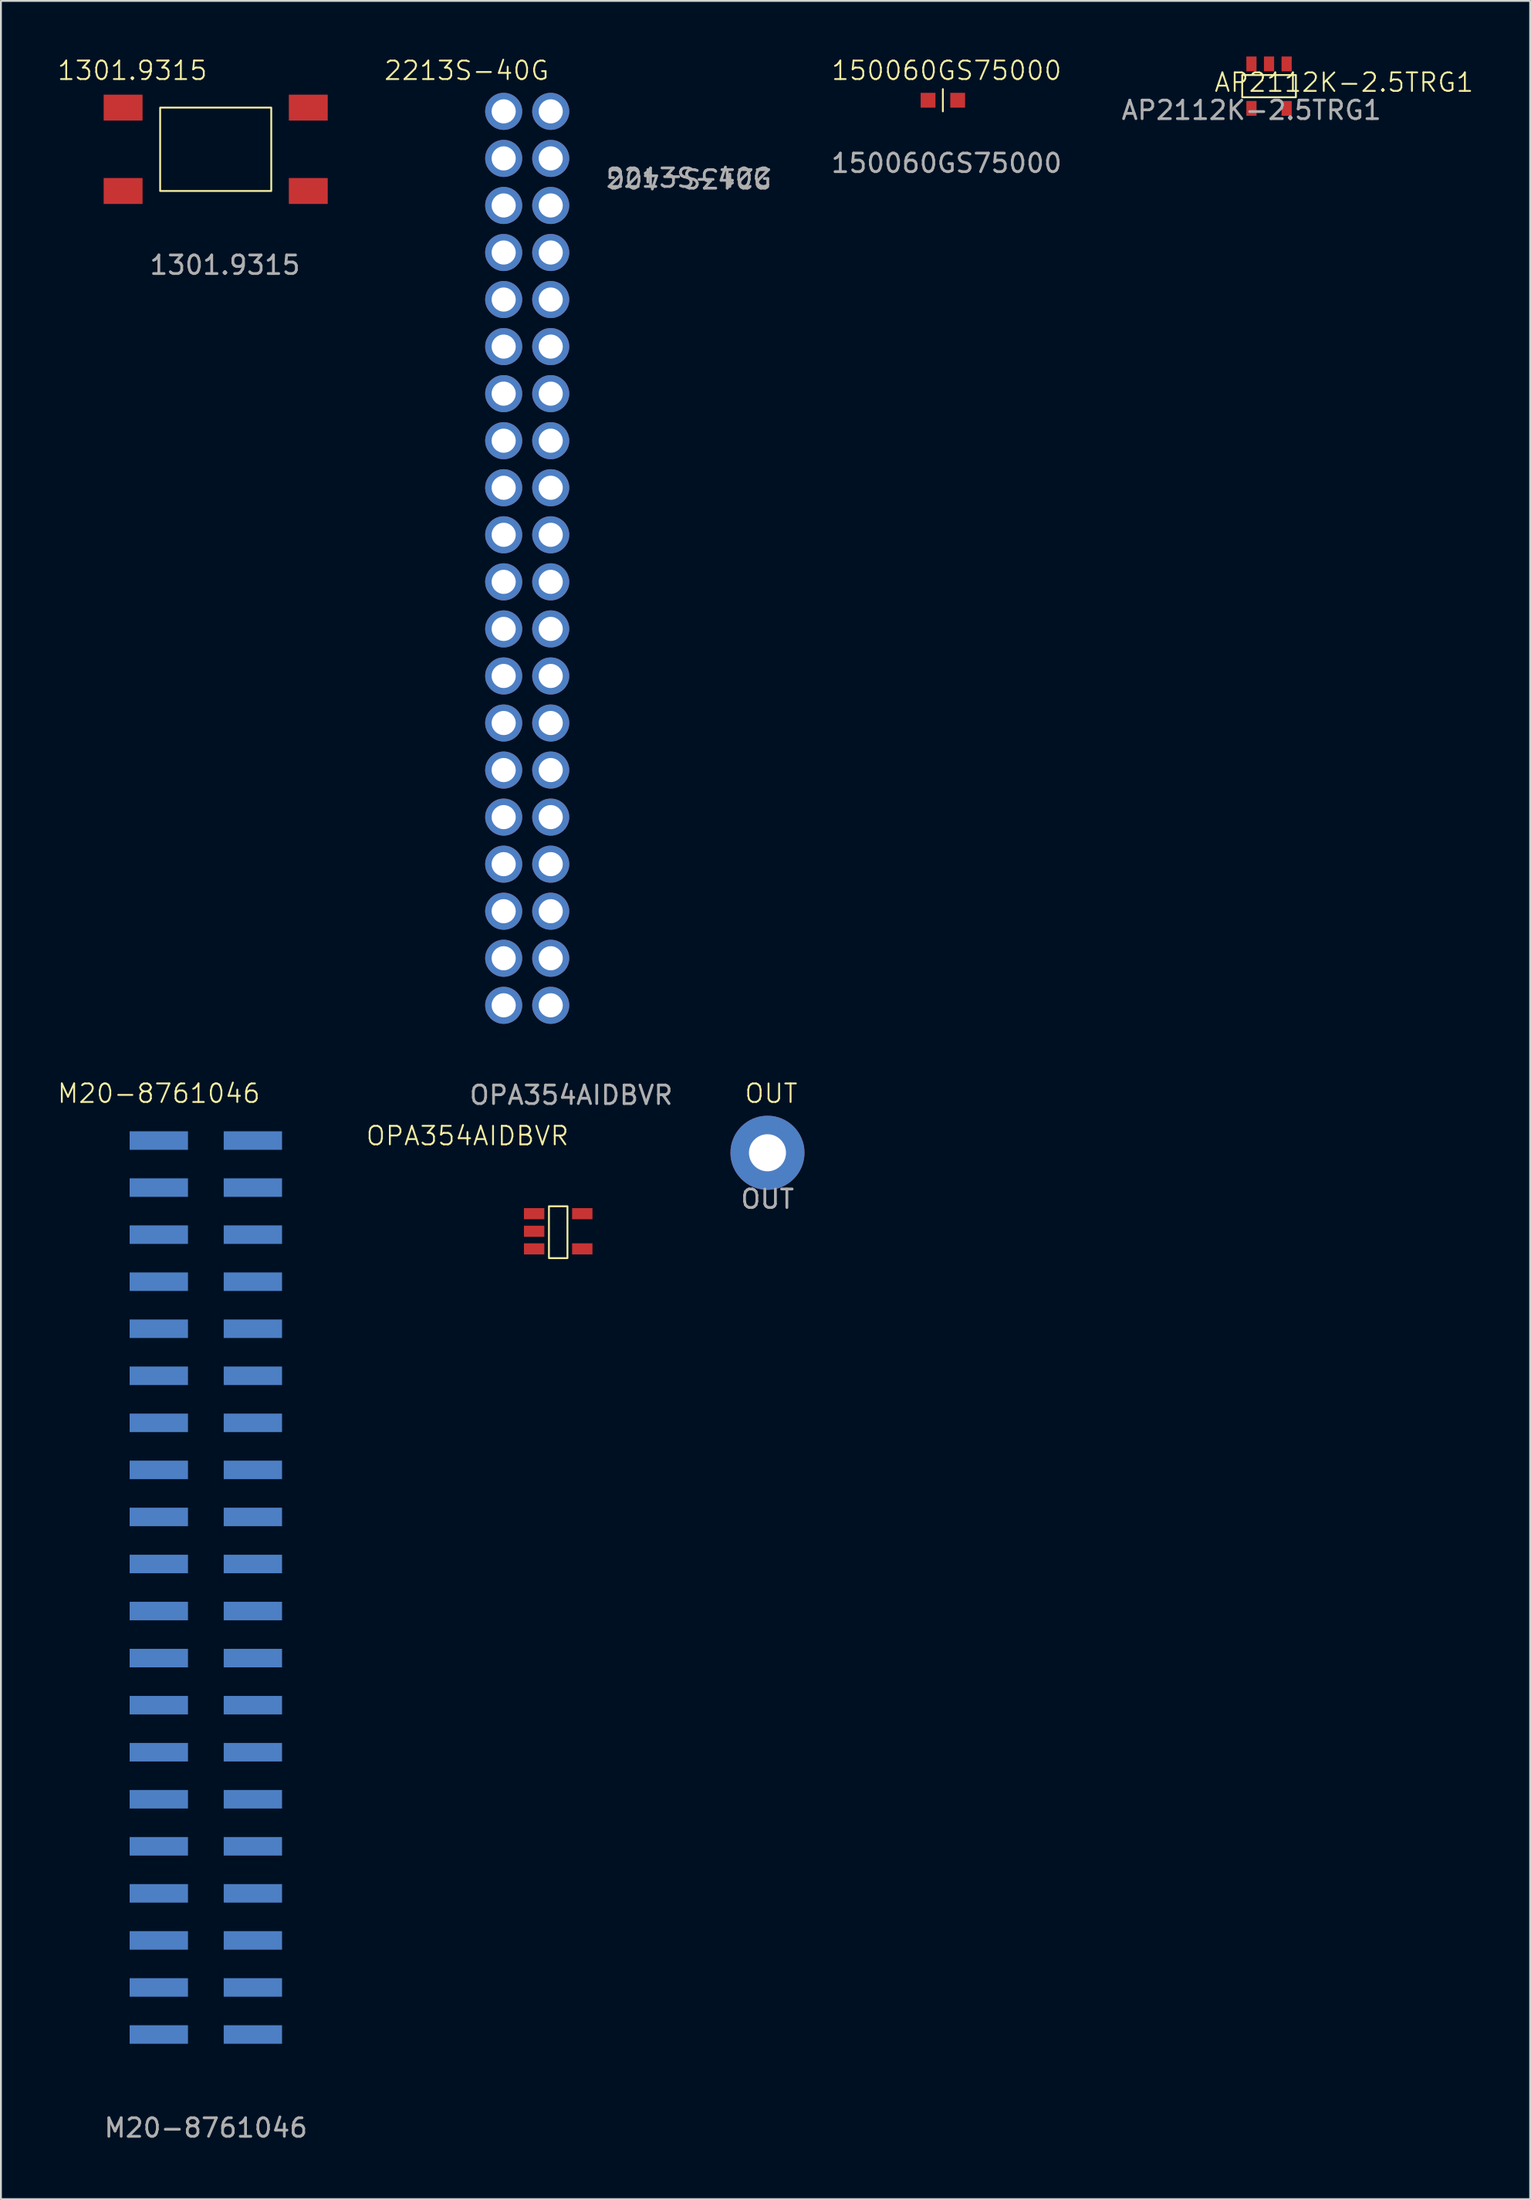
<source format=kicad_pcb>
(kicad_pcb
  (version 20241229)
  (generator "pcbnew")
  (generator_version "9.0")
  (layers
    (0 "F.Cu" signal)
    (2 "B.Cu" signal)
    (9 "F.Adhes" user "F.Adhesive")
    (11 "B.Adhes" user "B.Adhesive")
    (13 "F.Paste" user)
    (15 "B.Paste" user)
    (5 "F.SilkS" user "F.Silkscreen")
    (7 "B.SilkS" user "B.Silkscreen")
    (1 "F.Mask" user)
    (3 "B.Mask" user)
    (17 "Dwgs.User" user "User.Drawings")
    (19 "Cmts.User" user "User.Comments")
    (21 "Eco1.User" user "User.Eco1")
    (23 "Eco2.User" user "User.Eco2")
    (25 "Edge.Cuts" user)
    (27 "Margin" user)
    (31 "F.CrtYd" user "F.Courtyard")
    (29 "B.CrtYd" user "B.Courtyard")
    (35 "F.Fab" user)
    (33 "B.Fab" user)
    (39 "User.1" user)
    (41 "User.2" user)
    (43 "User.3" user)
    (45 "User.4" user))
  (footprint "2213S-40G"
    (layer "F.Cu")
    (at 24.15 2.961)
    (property "Reference" "2213S-40G" (at -2 -2.2 0) (unlocked yes) (layer "F.SilkS") (effects (font (size 1 1) (thickness 0.1))))
    (attr smd)
    (fp_text user "${REFERENCE}" (at 10 3.6 0) (unlocked yes) (layer "F.Fab") (effects (font (size 1 1) (thickness 0.15))))
    (fp_text user "${REFERENCE}" (at 10 3.6 180) (unlocked yes) (layer "F.Fab") (effects (font (size 1 1) (thickness 0.15))))
    (pad "1" thru_hole circle (at 0 0) (size 2 2) (drill 1.3) (layers "*.Cu" "*.Mask"))
    (pad "2" thru_hole circle (at 0 2.54) (size 2 2) (drill 1.3) (layers "*.Cu" "*.Mask"))
    (pad "3" thru_hole circle (at 0 5.08) (size 2 2) (drill 1.3) (layers "*.Cu" "*.Mask"))
    (pad "4" thru_hole circle (at 0 7.62) (size 2 2) (drill 1.3) (layers "*.Cu" "*.Mask"))
    (pad "5" thru_hole circle (at 0 10.16) (size 2 2) (drill 1.3) (layers "*.Cu" "*.Mask"))
    (pad "6" thru_hole circle (at 0 12.7) (size 2 2) (drill 1.3) (layers "*.Cu" "*.Mask"))
    (pad "7" thru_hole circle (at 0 15.24) (size 2 2) (drill 1.3) (layers "*.Cu" "*.Mask"))
    (pad "8" thru_hole circle (at 0 17.78) (size 2 2) (drill 1.3) (layers "*.Cu" "*.Mask"))
    (pad "9" thru_hole circle (at 0 20.32) (size 2 2) (drill 1.3) (layers "*.Cu" "*.Mask"))
    (pad "10" thru_hole circle (at 0 22.86) (size 2 2) (drill 1.3) (layers "*.Cu" "*.Mask"))
    (pad "11" thru_hole circle (at 0 25.4) (size 2 2) (drill 1.3) (layers "*.Cu" "*.Mask"))
    (pad "12" thru_hole circle (at 0 27.94) (size 2 2) (drill 1.3) (layers "*.Cu" "*.Mask"))
    (pad "13" thru_hole circle (at 0 30.48) (size 2 2) (drill 1.3) (layers "*.Cu" "*.Mask"))
    (pad "14" thru_hole circle (at 0 33.02) (size 2 2) (drill 1.3) (layers "*.Cu" "*.Mask"))
    (pad "15" thru_hole circle (at 0 35.56) (size 2 2) (drill 1.3) (layers "*.Cu" "*.Mask"))
    (pad "16" thru_hole circle (at 0 38.1) (size 2 2) (drill 1.3) (layers "*.Cu" "*.Mask"))
    (pad "17" thru_hole circle (at 0 40.64) (size 2 2) (drill 1.3) (layers "*.Cu" "*.Mask"))
    (pad "18" thru_hole circle (at 0 43.18) (size 2 2) (drill 1.3) (layers "*.Cu" "*.Mask"))
    (pad "19" thru_hole circle (at 0 45.72) (size 2 2) (drill 1.3) (layers "*.Cu" "*.Mask"))
    (pad "20" thru_hole circle (at 0 48.26) (size 2 2) (drill 1.3) (layers "*.Cu" "*.Mask"))
    (pad "21" thru_hole circle (at 2.54 48.26 180) (size 2 2) (drill 1.3) (layers "*.Cu" "*.Mask"))
    (pad "22" thru_hole circle (at 2.54 45.72 180) (size 2 2) (drill 1.3) (layers "*.Cu" "*.Mask"))
    (pad "23" thru_hole circle (at 2.54 43.18 180) (size 2 2) (drill 1.3) (layers "*.Cu" "*.Mask"))
    (pad "24" thru_hole circle (at 2.54 40.64 180) (size 2 2) (drill 1.3) (layers "*.Cu" "*.Mask"))
    (pad "25" thru_hole circle (at 2.54 38.1 180) (size 2 2) (drill 1.3) (layers "*.Cu" "*.Mask"))
    (pad "26" thru_hole circle (at 2.54 35.56 180) (size 2 2) (drill 1.3) (layers "*.Cu" "*.Mask"))
    (pad "27" thru_hole circle (at 2.54 33.02 180) (size 2 2) (drill 1.3) (layers "*.Cu" "*.Mask"))
    (pad "28" thru_hole circle (at 2.54 30.48 180) (size 2 2) (drill 1.3) (layers "*.Cu" "*.Mask"))
    (pad "29" thru_hole circle (at 2.54 27.94 180) (size 2 2) (drill 1.3) (layers "*.Cu" "*.Mask"))
    (pad "30" thru_hole circle (at 2.54 25.4 180) (size 2 2) (drill 1.3) (layers "*.Cu" "*.Mask"))
    (pad "31" thru_hole circle (at 2.54 22.86 180) (size 2 2) (drill 1.3) (layers "*.Cu" "*.Mask"))
    (pad "32" thru_hole circle (at 2.54 20.32 180) (size 2 2) (drill 1.3) (layers "*.Cu" "*.Mask"))
    (pad "33" thru_hole circle (at 2.54 17.78 180) (size 2 2) (drill 1.3) (layers "*.Cu" "*.Mask"))
    (pad "34" thru_hole circle (at 2.54 15.24 180) (size 2 2) (drill 1.3) (layers "*.Cu" "*.Mask"))
    (pad "35" thru_hole circle (at 2.54 12.7 180) (size 2 2) (drill 1.3) (layers "*.Cu" "*.Mask"))
    (pad "36" thru_hole circle (at 2.54 10.16 180) (size 2 2) (drill 1.3) (layers "*.Cu" "*.Mask"))
    (pad "37" thru_hole circle (at 2.54 7.62 180) (size 2 2) (drill 1.3) (layers "*.Cu" "*.Mask"))
    (pad "38" thru_hole circle (at 2.54 5.08 180) (size 2 2) (drill 1.3) (layers "*.Cu" "*.Mask"))
    (pad "39" thru_hole circle (at 2.54 2.54 180) (size 2 2) (drill 1.3) (layers "*.Cu" "*.Mask"))
    (pad "40" thru_hole circle (at 2.54 0 180) (size 2 2) (drill 1.3) (layers "*.Cu" "*.Mask")))
  (footprint "1301.9315"
    (layer "F.Cu")
    (at 3.598 2.76)
    (property "Reference" "1301.9315" (at 0.5 -2 0) (unlocked yes) (layer "F.SilkS") (effects (font (size 1 1) (thickness 0.1))))
    (attr smd)
    (fp_rect (start 2 0) (end 8 4.5) (stroke (width 0.1) (type default)) (fill no) (layer "F.SilkS"))
    (fp_text user "${REFERENCE}" (at 5.5 8.5 0) (unlocked yes) (layer "F.Fab") (effects (font (size 1 1) (thickness 0.15))))
    (pad "1" smd rect (at 0 0) (size 2.1 1.4) (layers "F.Cu" "F.Mask" "F.Paste"))
    (pad "2" smd rect (at 10 0) (size 2.1 1.4) (layers "F.Cu" "F.Mask" "F.Paste"))
    (pad "3" smd rect (at 0 4.5) (size 2.1 1.4) (layers "F.Cu" "F.Mask" "F.Paste"))
    (pad "4" smd rect (at 10 4.5) (size 2.1 1.4) (layers "F.Cu" "F.Mask" "F.Paste")))
  (footprint "AP2112K-2.5TRG1"
    (layer "F.Cu")
    (at 64.531 0.4)
    (property "Reference" "AP2112K-2.5TRG1" (at 5 1 0) (unlocked yes) (layer "F.SilkS") (effects (font (size 1 1) (thickness 0.1))))
    (attr smd)
    (fp_rect (start -0.5 0.6) (end 2.4 1.8) (stroke (width 0.1) (type default)) (fill no) (layer "F.SilkS"))
    (fp_text user "${REFERENCE}" (at 0 2.5 0) (unlocked yes) (layer "F.Fab") (effects (font (size 1 1) (thickness 0.15))))
    (pad "1" smd rect (at 1.9 0) (size 0.55 0.8) (layers "F.Cu" "F.Mask" "F.Paste"))
    (pad "2" smd rect (at 0.95 0) (size 0.55 0.8) (layers "F.Cu" "F.Mask" "F.Paste"))
    (pad "3" smd rect (at 0 0) (size 0.55 0.8) (layers "F.Cu" "F.Mask" "F.Paste"))
    (pad "4" smd rect (at 0 2.4) (size 0.55 0.8) (layers "F.Cu" "F.Mask" "F.Paste"))
    (pad "5" smd rect (at 1.9 2.4) (size 0.55 0.8) (layers "F.Cu" "F.Mask" "F.Paste")))
  (footprint "OUT"
    (layer "F.Cu")
    (at 38.395 59.181)
    (property "Reference" "OUT" (at 0.2 -3.2 0) (unlocked yes) (layer "F.SilkS") (effects (font (size 1 1) (thickness 0.1))))
    (attr through_hole)
    (fp_text user "${REFERENCE}" (at 0 2.5 0) (unlocked yes) (layer "F.Fab") (effects (font (size 1 1) (thickness 0.15))))
    (pad "1" thru_hole circle (at 0 0 180) (size 4 4) (drill 2) (layers "*.Cu" "*.Mask")))
  (footprint "M20-8761046"
    (layer "F.Cu")
    (at 5.526 58.521)
    (property "Reference" "M20-8761046" (at 0 -2.54 0) (unlocked yes) (layer "F.SilkS") (effects (font (size 1 1) (thickness 0.1))))
    (attr smd)
    (fp_text user "${REFERENCE}" (at 2.54 53.3 0) (unlocked yes) (layer "F.Fab") (effects (font (size 1 1) (thickness 0.15))))
    (pad "1" smd rect (at 0 0 90) (size 1 3.15) (layers "B.Cu" "B.Mask" "B.Paste"))
    (pad "2" smd rect (at 0 2.54 90) (size 1 3.15) (layers "B.Cu" "B.Mask" "B.Paste"))
    (pad "3" smd rect (at 0 5.08 90) (size 1 3.15) (layers "B.Cu" "B.Mask" "B.Paste"))
    (pad "4" smd rect (at 0 7.62 90) (size 1 3.15) (layers "B.Cu" "B.Mask" "B.Paste"))
    (pad "5" smd rect (at 0 10.16 90) (size 1 3.15) (layers "B.Cu" "B.Mask" "B.Paste"))
    (pad "6" smd rect (at 0 12.7 90) (size 1 3.15) (layers "B.Cu" "B.Mask" "B.Paste"))
    (pad "7" smd rect (at 0 15.24 90) (size 1 3.15) (layers "B.Cu" "B.Mask" "B.Paste"))
    (pad "8" smd rect (at 0 17.78 90) (size 1 3.15) (layers "B.Cu" "B.Mask" "B.Paste"))
    (pad "9" smd rect (at 0 20.32 90) (size 1 3.15) (layers "B.Cu" "B.Mask" "B.Paste"))
    (pad "10" smd rect (at 0 22.86 90) (size 1 3.15) (layers "B.Cu" "B.Mask" "B.Paste"))
    (pad "11" smd rect (at 0 25.4 90) (size 1 3.15) (layers "B.Cu" "B.Mask" "B.Paste"))
    (pad "12" smd rect (at 0 27.94 90) (size 1 3.15) (layers "B.Cu" "B.Mask" "B.Paste"))
    (pad "13" smd rect (at 0 30.48 90) (size 1 3.15) (layers "B.Cu" "B.Mask" "B.Paste"))
    (pad "14" smd rect (at 0 33.02 90) (size 1 3.15) (layers "B.Cu" "B.Mask" "B.Paste"))
    (pad "15" smd rect (at 0 35.56 90) (size 1 3.15) (layers "B.Cu" "B.Mask" "B.Paste"))
    (pad "16" smd rect (at 0 38.1 90) (size 1 3.15) (layers "B.Cu" "B.Mask" "B.Paste"))
    (pad "17" smd rect (at 0 40.64 90) (size 1 3.15) (layers "B.Cu" "B.Mask" "B.Paste"))
    (pad "18" smd rect (at 0 43.18 90) (size 1 3.15) (layers "B.Cu" "B.Mask" "B.Paste"))
    (pad "19" smd rect (at 0 45.72 90) (size 1 3.15) (layers "B.Cu" "B.Mask" "B.Paste"))
    (pad "20" smd rect (at 0 48.26 90) (size 1 3.15) (layers "B.Cu" "B.Mask" "B.Paste"))
    (pad "21" smd rect (at 5.08 48.26 90) (size 1 3.15) (layers "B.Cu" "B.Mask" "B.Paste"))
    (pad "22" smd rect (at 5.08 45.72 90) (size 1 3.15) (layers "B.Cu" "B.Mask" "B.Paste"))
    (pad "23" smd rect (at 5.08 43.18 90) (size 1 3.15) (layers "B.Cu" "B.Mask" "B.Paste"))
    (pad "24" smd rect (at 5.08 40.64 90) (size 1 3.15) (layers "B.Cu" "B.Mask" "B.Paste"))
    (pad "25" smd rect (at 5.08 38.1 90) (size 1 3.15) (layers "B.Cu" "B.Mask" "B.Paste"))
    (pad "26" smd rect (at 5.08 35.56 90) (size 1 3.15) (layers "B.Cu" "B.Mask" "B.Paste"))
    (pad "27" smd rect (at 5.08 33.02 90) (size 1 3.15) (layers "B.Cu" "B.Mask" "B.Paste"))
    (pad "28" smd rect (at 5.08 30.48 90) (size 1 3.15) (layers "B.Cu" "B.Mask" "B.Paste"))
    (pad "29" smd rect (at 5.08 27.94 90) (size 1 3.15) (layers "B.Cu" "B.Mask" "B.Paste"))
    (pad "30" smd rect (at 5.08 25.4 90) (size 1 3.15) (layers "B.Cu" "B.Mask" "B.Paste"))
    (pad "31" smd rect (at 5.08 22.86 90) (size 1 3.15) (layers "B.Cu" "B.Mask" "B.Paste"))
    (pad "32" smd rect (at 5.08 20.32 90) (size 1 3.15) (layers "B.Cu" "B.Mask" "B.Paste"))
    (pad "33" smd rect (at 5.08 17.78 90) (size 1 3.15) (layers "B.Cu" "B.Mask" "B.Paste"))
    (pad "34" smd rect (at 5.08 15.24 90) (size 1 3.15) (layers "B.Cu" "B.Mask" "B.Paste"))
    (pad "35" smd rect (at 5.08 12.7 90) (size 1 3.15) (layers "B.Cu" "B.Mask" "B.Paste"))
    (pad "36" smd rect (at 5.08 10.16 90) (size 1 3.15) (layers "B.Cu" "B.Mask" "B.Paste"))
    (pad "37" smd rect (at 5.08 7.62 90) (size 1 3.15) (layers "B.Cu" "B.Mask" "B.Paste"))
    (pad "38" smd rect (at 5.08 5.08 90) (size 1 3.15) (layers "B.Cu" "B.Mask" "B.Paste"))
    (pad "39" smd rect (at 5.08 2.54 90) (size 1 3.15) (layers "B.Cu" "B.Mask" "B.Paste"))
    (pad "40" smd rect (at 5.08 0 90) (size 1 3.15) (layers "B.Cu" "B.Mask" "B.Paste")))
  (footprint "OPA354AIDBVR"
    (layer "F.Cu")
    (at 25.794 62.469)
    (property "Reference" "OPA354AIDBVR" (at -3.6 -4.2 0) (unlocked yes) (layer "F.SilkS") (effects (font (size 1 1) (thickness 0.1))))
    (attr smd)
    (fp_rect (start 0.8 -0.4) (end 1.8 2.4) (stroke (width 0.1) (type default)) (fill no) (layer "F.SilkS"))
    (fp_text user "${REFERENCE}" (at 2 -6.4 0) (unlocked yes) (layer "F.Fab") (effects (font (size 1 1) (thickness 0.15))))
    (pad "1" smd rect (at 0 0) (size 1.1 0.6) (layers "F.Cu" "F.Mask" "F.Paste"))
    (pad "2" smd rect (at 0 0.95) (size 1.1 0.6) (layers "F.Cu" "F.Mask" "F.Paste"))
    (pad "3" smd rect (at 0 1.9) (size 1.1 0.6) (layers "F.Cu" "F.Mask" "F.Paste"))
    (pad "4" smd rect (at 2.6 1.9) (size 1.1 0.6) (layers "F.Cu" "F.Mask" "F.Paste"))
    (pad "5" smd rect (at 2.6 0) (size 1.1 0.6) (layers "F.Cu" "F.Mask" "F.Paste")))
  (footprint "150060GS75000"
    (layer "F.Cu")
    (at 47.067 2.361)
    (property "Reference" "150060GS75000" (at 1 -1.6 0) (unlocked yes) (layer "F.SilkS") (effects (font (size 1 1) (thickness 0.1))))
    (attr smd)
    (fp_line (start 0.8 -0.6) (end 0.8 0.6) (stroke (width 0.1) (type default)) (layer "F.SilkS"))
    (fp_text user "${REFERENCE}" (at 1 3.4 0) (unlocked yes) (layer "F.Fab") (effects (font (size 1 1) (thickness 0.15))))
    (pad "1" smd rect (at 0 0 180) (size 0.8 0.8) (layers "F.Cu" "F.Mask" "F.Paste"))
    (pad "2" smd rect (at 1.6 0 180) (size 0.8 0.8) (layers "F.Cu" "F.Mask" "F.Paste")))
  (gr_rect
    (start -3 -3)
    (end 79.581 115.669)
    (stroke (width 0.1) (type default))
    (fill no)
    (layer "Edge.Cuts")))
</source>
